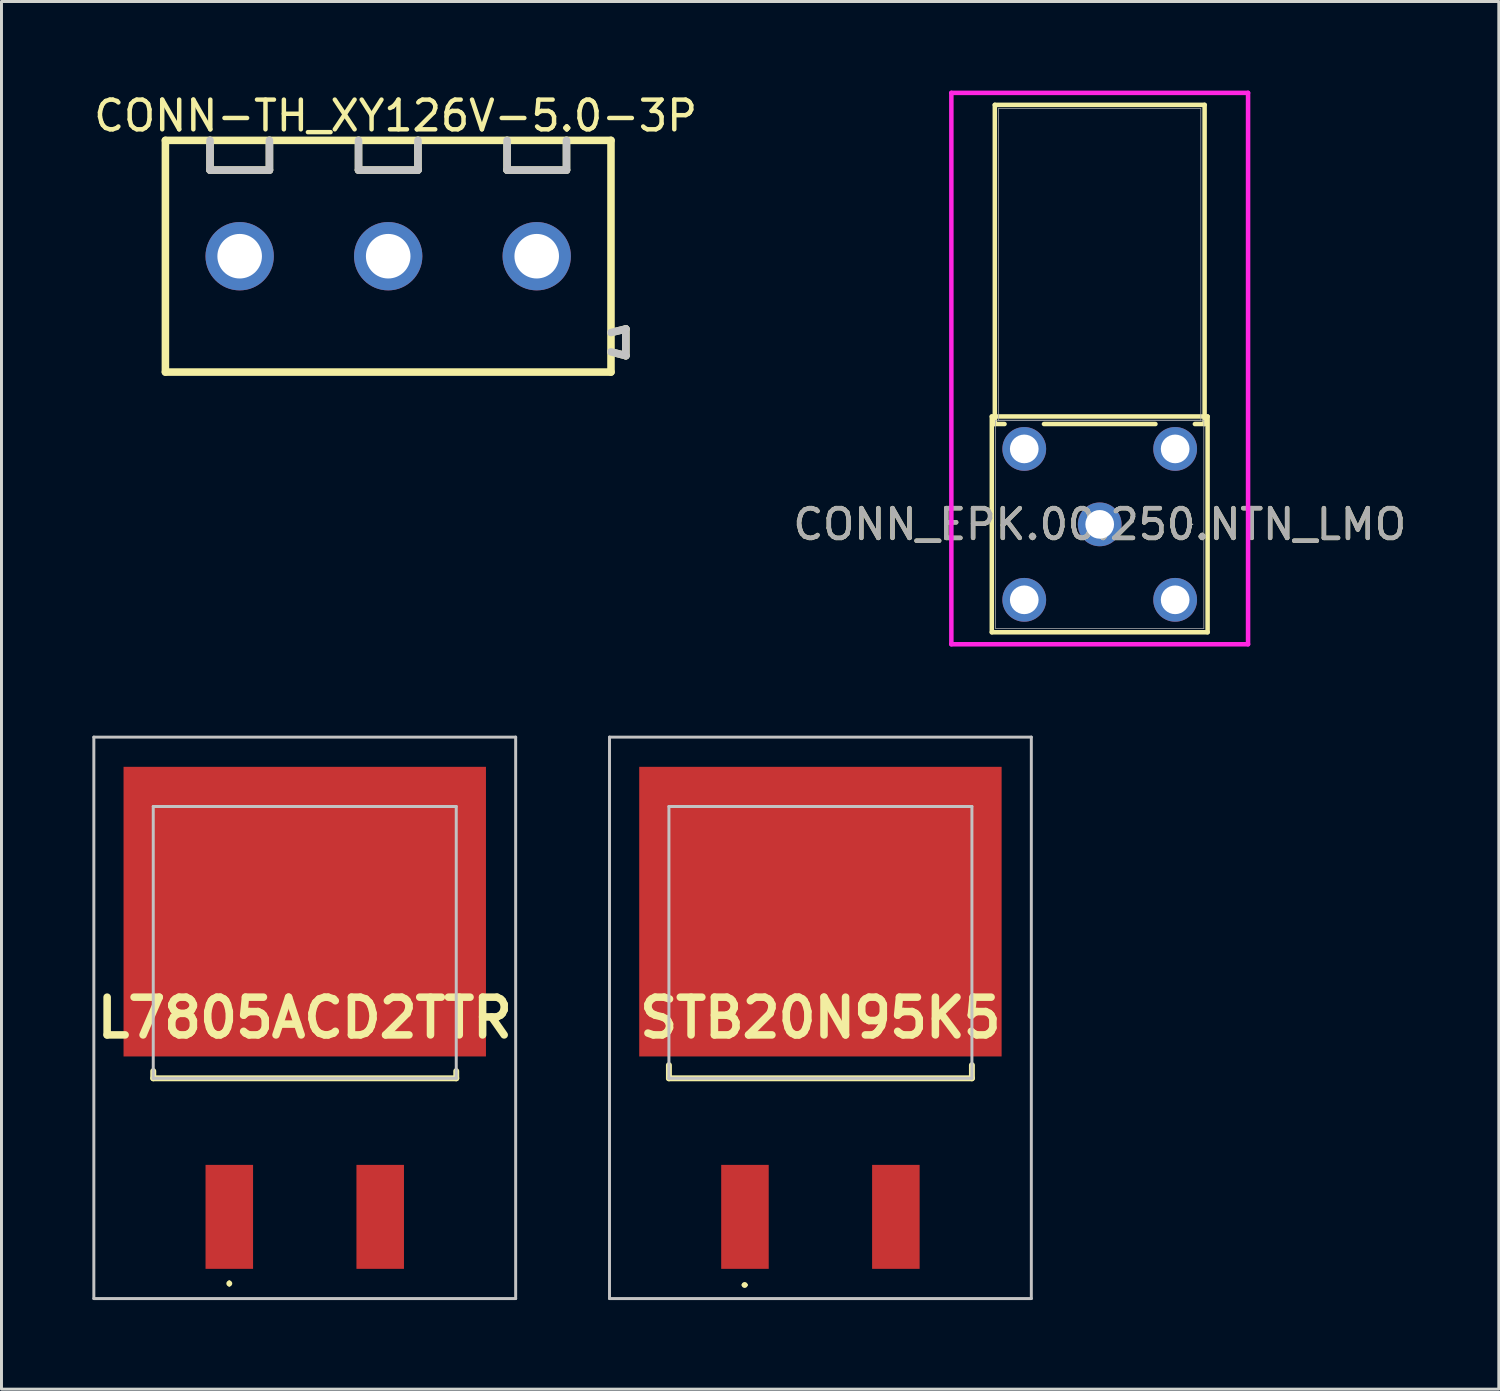
<source format=kicad_pcb>
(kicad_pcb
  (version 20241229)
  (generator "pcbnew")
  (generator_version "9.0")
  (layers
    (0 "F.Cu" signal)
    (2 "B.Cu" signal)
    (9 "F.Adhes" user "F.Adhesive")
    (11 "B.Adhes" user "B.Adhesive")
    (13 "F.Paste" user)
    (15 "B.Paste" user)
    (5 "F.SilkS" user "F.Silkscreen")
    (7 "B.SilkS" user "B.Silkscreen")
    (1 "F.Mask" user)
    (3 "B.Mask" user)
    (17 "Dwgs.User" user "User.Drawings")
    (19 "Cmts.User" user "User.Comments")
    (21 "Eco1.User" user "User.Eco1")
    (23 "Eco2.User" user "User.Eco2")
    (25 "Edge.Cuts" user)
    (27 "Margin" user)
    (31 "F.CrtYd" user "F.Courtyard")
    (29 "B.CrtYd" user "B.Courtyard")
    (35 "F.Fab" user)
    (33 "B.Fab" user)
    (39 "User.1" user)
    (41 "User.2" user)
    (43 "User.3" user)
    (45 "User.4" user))
  (footprint "STB20N95K5"
    (layer "F.Cu")
    (at 24.568 31.007)
    (property "Reference" "STB20N95K5" (at 0 0.207 0) (layer "F.SilkS") (effects (font (size 1.27 1.27) (thickness 0.254))))
    (attr smd)
    (fp_line (start -5.1 1.8) (end -5.1 2.242) (stroke (width 0.2) (type solid)) (layer "F.SilkS"))
    (fp_line (start -5.1 2.242) (end 5.1 2.242) (stroke (width 0.2) (type solid)) (layer "F.SilkS"))
    (fp_line (start -2.6 9.2) (end -2.6 9.2) (stroke (width 0.1) (type solid)) (layer "F.SilkS"))
    (fp_line (start -2.5 9.2) (end -2.5 9.2) (stroke (width 0.1) (type solid)) (layer "F.SilkS"))
    (fp_line (start 5.1 2.242) (end 5.1 1.8) (stroke (width 0.2) (type solid)) (layer "F.SilkS"))
    (fp_arc (start -2.6 9.2) (mid -2.55 9.15) (end -2.5 9.2) (stroke (width 0.1) (type solid)) (layer "F.SilkS"))
    (fp_arc (start -2.5 9.2) (mid -2.55 9.25) (end -2.6 9.2) (stroke (width 0.1) (type solid)) (layer "F.SilkS"))
    (fp_line (start -7.1 -9.243) (end 7.1 -9.243) (stroke (width 0.1) (type solid)) (layer "Dwgs.User"))
    (fp_line (start -7.1 9.657) (end -7.1 -9.243) (stroke (width 0.1) (type solid)) (layer "Dwgs.User"))
    (fp_line (start -5.1 -6.908) (end 5.1 -6.908) (stroke (width 0.1) (type solid)) (layer "Dwgs.User"))
    (fp_line (start -5.1 2.242) (end -5.1 -6.908) (stroke (width 0.1) (type solid)) (layer "Dwgs.User"))
    (fp_line (start 5.1 -6.908) (end 5.1 2.242) (stroke (width 0.1) (type solid)) (layer "Dwgs.User"))
    (fp_line (start 5.1 2.242) (end -5.1 2.242) (stroke (width 0.1) (type solid)) (layer "Dwgs.User"))
    (fp_line (start 7.1 -9.243) (end 7.1 9.657) (stroke (width 0.1) (type solid)) (layer "Dwgs.User"))
    (fp_line (start 7.1 9.657) (end -7.1 9.657) (stroke (width 0.1) (type solid)) (layer "Dwgs.User"))
    (pad "1" smd rect (at -2.54 6.907) (size 1.6 3.5) (layers "F.Cu" "F.Mask" "F.Paste"))
    (pad "2" smd rect (at 0 -3.368 90) (size 9.75 12.2) (layers "F.Cu" "F.Mask" "F.Paste"))
    (pad "3" smd rect (at 2.54 6.907) (size 1.6 3.5) (layers "F.Cu" "F.Mask" "F.Paste")))
  (footprint "L7805ACD2TTR"
    (layer "F.Cu")
    (at 7.209 31.007)
    (property "Reference" "L7805ACD2TTR" (at 0 0.207 0) (layer "F.SilkS") (effects (font (size 1.27 1.27) (thickness 0.254))))
    (attr smd)
    (fp_line (start -5.1 2) (end -5.1 2.242) (stroke (width 0.2) (type solid)) (layer "F.SilkS"))
    (fp_line (start -5.1 2.242) (end 5.1 2.242) (stroke (width 0.2) (type solid)) (layer "F.SilkS"))
    (fp_line (start -2.54 9.1) (end -2.54 9.1) (stroke (width 0.1) (type solid)) (layer "F.SilkS"))
    (fp_line (start -2.54 9.2) (end -2.54 9.2) (stroke (width 0.1) (type solid)) (layer "F.SilkS"))
    (fp_line (start 5.1 2.242) (end 5.1 2) (stroke (width 0.2) (type solid)) (layer "F.SilkS"))
    (fp_arc (start -2.54 9.1) (mid -2.49 9.15) (end -2.54 9.2) (stroke (width 0.1) (type solid)) (layer "F.SilkS"))
    (fp_arc (start -2.54 9.2) (mid -2.59 9.15) (end -2.54 9.1) (stroke (width 0.1) (type solid)) (layer "F.SilkS"))
    (fp_line (start -7.1 -9.243) (end 7.1 -9.243) (stroke (width 0.1) (type solid)) (layer "Dwgs.User"))
    (fp_line (start -7.1 9.657) (end -7.1 -9.243) (stroke (width 0.1) (type solid)) (layer "Dwgs.User"))
    (fp_line (start -5.1 -6.908) (end 5.1 -6.908) (stroke (width 0.1) (type solid)) (layer "Dwgs.User"))
    (fp_line (start -5.1 2.242) (end -5.1 -6.908) (stroke (width 0.1) (type solid)) (layer "Dwgs.User"))
    (fp_line (start 5.1 -6.908) (end 5.1 2.242) (stroke (width 0.1) (type solid)) (layer "Dwgs.User"))
    (fp_line (start 5.1 2.242) (end -5.1 2.242) (stroke (width 0.1) (type solid)) (layer "Dwgs.User"))
    (fp_line (start 7.1 -9.243) (end 7.1 9.657) (stroke (width 0.1) (type solid)) (layer "Dwgs.User"))
    (fp_line (start 7.1 9.657) (end -7.1 9.657) (stroke (width 0.1) (type solid)) (layer "Dwgs.User"))
    (pad "1" smd rect (at -2.54 6.907) (size 1.6 3.5) (layers "F.Cu" "F.Mask" "F.Paste"))
    (pad "2" smd rect (at 0 -3.368 90) (size 9.75 12.2) (layers "F.Cu" "F.Mask" "F.Paste"))
    (pad "3" smd rect (at 2.54 6.907) (size 1.6 3.5) (layers "F.Cu" "F.Mask" "F.Paste")))
  (footprint "CONN_EPK.00.250.NTN_LMO"
    (layer "F.Cu")
    (at 33.97 14.602)
    (property "Reference" "CONN_EPK.00.250.NTN_LMO" (at 0 0 0) (unlocked yes) (layer "F.SilkS") (effects (font (size 1 1) (thickness 0.15))))
    (attr through_hole)
    (fp_line (start -3.632 -3.632) (end -3.632 3.632) (stroke (width 0.152) (type solid)) (layer "F.SilkS"))
    (fp_line (start -3.632 3.632) (end 3.632 3.632) (stroke (width 0.152) (type solid)) (layer "F.SilkS"))
    (fp_line (start -3.531 -14.122) (end -3.531 -3.378) (stroke (width 0.152) (type solid)) (layer "F.SilkS"))
    (fp_line (start -3.531 -3.378) (end -3.204 -3.378) (stroke (width 0.152) (type solid)) (layer "F.SilkS"))
    (fp_line (start -1.876 -3.378) (end 1.876 -3.378) (stroke (width 0.152) (type solid)) (layer "F.SilkS"))
    (fp_line (start 3.204 -3.378) (end 3.531 -3.378) (stroke (width 0.152) (type solid)) (layer "F.SilkS"))
    (fp_line (start 3.531 -14.122) (end -3.531 -14.122) (stroke (width 0.152) (type solid)) (layer "F.SilkS"))
    (fp_line (start 3.531 -3.378) (end 3.531 -14.122) (stroke (width 0.152) (type solid)) (layer "F.SilkS"))
    (fp_line (start 3.632 -3.632) (end -3.632 -3.632) (stroke (width 0.152) (type solid)) (layer "F.SilkS"))
    (fp_line (start 3.632 3.632) (end 3.632 -3.632) (stroke (width 0.152) (type solid)) (layer "F.SilkS"))
    (fp_line (start -4.994 -14.526) (end 4.994 -14.526) (stroke (width 0.152) (type solid)) (layer "F.CrtYd"))
    (fp_line (start -4.994 4.036) (end -4.994 -14.526) (stroke (width 0.152) (type solid)) (layer "F.CrtYd"))
    (fp_line (start 4.994 -14.526) (end 4.994 4.036) (stroke (width 0.152) (type solid)) (layer "F.CrtYd"))
    (fp_line (start 4.994 4.036) (end -4.994 4.036) (stroke (width 0.152) (type solid)) (layer "F.CrtYd"))
    (fp_line (start -3.505 -3.505) (end -3.505 3.505) (stroke (width 0.025) (type solid)) (layer "F.Fab"))
    (fp_line (start -3.505 3.505) (end 3.505 3.505) (stroke (width 0.025) (type solid)) (layer "F.Fab"))
    (fp_line (start -3.404 -13.995) (end -3.404 -3.505) (stroke (width 0.025) (type solid)) (layer "F.Fab"))
    (fp_line (start -3.404 -3.505) (end 3.404 -3.505) (stroke (width 0.025) (type solid)) (layer "F.Fab"))
    (fp_line (start 3.404 -13.995) (end -3.404 -13.995) (stroke (width 0.025) (type solid)) (layer "F.Fab"))
    (fp_line (start 3.404 -3.505) (end 3.404 -13.995) (stroke (width 0.025) (type solid)) (layer "F.Fab"))
    (fp_line (start 3.505 -3.505) (end -3.505 -3.505) (stroke (width 0.025) (type solid)) (layer "F.Fab"))
    (fp_line (start 3.505 3.505) (end 3.505 -3.505) (stroke (width 0.025) (type solid)) (layer "F.Fab"))
    (fp_circle (center 3.124 0) (end 3.124 0) (stroke (width 0.025) (type solid)) (fill no) (layer "F.Fab"))
    (fp_text user "${REFERENCE}" (at 0 0 0) (unlocked yes) (layer "F.Fab") (effects (font (size 1 1) (thickness 0.15))))
    (pad "1" thru_hole circle (at 0 0) (size 1.473 1.473) (drill 0.965) (layers "*.Cu" "*.Mask"))
    (pad "2" thru_hole circle (at -2.54 -2.54) (size 1.473 1.473) (drill 0.965) (layers "*.Cu" "*.Mask"))
    (pad "3" thru_hole circle (at -2.54 2.54) (size 1.473 1.473) (drill 0.965) (layers "*.Cu" "*.Mask"))
    (pad "4" thru_hole circle (at 2.54 2.54) (size 1.473 1.473) (drill 0.965) (layers "*.Cu" "*.Mask"))
    (pad "5" thru_hole circle (at 2.54 -2.54) (size 1.473 1.473) (drill 0.965) (layers "*.Cu" "*.Mask")))
  (footprint "CONN-TH_XY126V-5.0-3P"
    (layer "F.Cu")
    (at 10.018 5.575)
    (property "Reference" "CONN-TH_XY126V-5.0-3P" (at 0.25 -4.727 0) (layer "F.SilkS") (effects (font (size 1 1) (thickness 0.15))))
    (fp_line (start -7.5 -3.9) (end -7.5 3.9) (stroke (width 0.254) (type default)) (layer "F.SilkS"))
    (fp_line (start -7.5 -3.9) (end 7.5 -3.9) (stroke (width 0.254) (type default)) (layer "F.SilkS"))
    (fp_line (start -5.998 -3.9) (end -5.998 -2.9) (stroke (width 0.254) (type default)) (layer "F.SilkS"))
    (fp_line (start -5.998 -2.9) (end -3.998 -2.9) (stroke (width 0.254) (type default)) (layer "F.SilkS"))
    (fp_line (start -3.998 -2.9) (end -3.998 -3.9) (stroke (width 0.254) (type default)) (layer "F.SilkS"))
    (fp_line (start -0.999 -3.9) (end -0.999 -2.9) (stroke (width 0.254) (type default)) (layer "F.SilkS"))
    (fp_line (start -0.999 -2.9) (end 1.002 -2.9) (stroke (width 0.254) (type default)) (layer "F.SilkS"))
    (fp_line (start 1.002 -2.9) (end 1.002 -3.9) (stroke (width 0.254) (type default)) (layer "F.SilkS"))
    (fp_line (start 4.002 -3.9) (end 4.002 -2.9) (stroke (width 0.254) (type default)) (layer "F.SilkS"))
    (fp_line (start 4.002 -2.9) (end 6.002 -2.9) (stroke (width 0.254) (type default)) (layer "F.SilkS"))
    (fp_line (start 6.002 -2.9) (end 6.002 -3.9) (stroke (width 0.254) (type default)) (layer "F.SilkS"))
    (fp_line (start 7.5 -3.9) (end 7.5 3.9) (stroke (width 0.254) (type default)) (layer "F.SilkS"))
    (fp_line (start 7.5 3.9) (end -7.5 3.9) (stroke (width 0.254) (type default)) (layer "F.SilkS"))
    (fp_line (start 8 2.449) (end 7.5 2.57) (stroke (width 0.254) (type default)) (layer "F.SilkS"))
    (fp_line (start 8 2.449) (end 8 3.349) (stroke (width 0.254) (type default)) (layer "F.SilkS"))
    (fp_line (start 8 3.349) (end 7.5 3.22) (stroke (width 0.254) (type default)) (layer "F.SilkS"))
    (fp_line (start -5.998 -3.9) (end -5.998 -2.9) (stroke (width 0.254) (type default)) (layer "Dwgs.User"))
    (fp_line (start -5.998 -2.9) (end -3.998 -2.9) (stroke (width 0.254) (type default)) (layer "Dwgs.User"))
    (fp_line (start -3.998 -2.9) (end -3.998 -3.9) (stroke (width 0.254) (type default)) (layer "Dwgs.User"))
    (fp_line (start -0.999 -3.9) (end -0.999 -2.9) (stroke (width 0.254) (type default)) (layer "Dwgs.User"))
    (fp_line (start -0.999 -2.9) (end 1.002 -2.9) (stroke (width 0.254) (type default)) (layer "Dwgs.User"))
    (fp_line (start 1.002 -2.9) (end 1.002 -3.9) (stroke (width 0.254) (type default)) (layer "Dwgs.User"))
    (fp_line (start 4.002 -3.9) (end 4.002 -2.9) (stroke (width 0.254) (type default)) (layer "Dwgs.User"))
    (fp_line (start 4.002 -2.9) (end 6.002 -2.9) (stroke (width 0.254) (type default)) (layer "Dwgs.User"))
    (fp_line (start 6.002 -2.9) (end 6.002 -3.9) (stroke (width 0.254) (type default)) (layer "Dwgs.User"))
    (fp_line (start 8 2.449) (end 7.5 2.57) (stroke (width 0.254) (type default)) (layer "Dwgs.User"))
    (fp_line (start 8 2.449) (end 8 3.349) (stroke (width 0.254) (type default)) (layer "Dwgs.User"))
    (fp_line (start 8 3.349) (end 7.5 3.22) (stroke (width 0.254) (type default)) (layer "Dwgs.User"))
    (fp_poly (pts (xy -4.353 -0.064) (xy -4.378 -0.189) (xy -4.427 -0.306) (xy -4.498 -0.412) (xy -4.588 -0.502) (xy -4.694 -0.573) (xy -4.811 -0.622) (xy -4.936 -0.647) (xy -5.064 -0.647) (xy -5.189 -0.622) (xy -5.306 -0.573) (xy -5.412 -0.502) (xy -5.502 -0.412) (xy -5.573 -0.306) (xy -5.622 -0.189) (xy -5.647 -0.064) (xy -5.647 0.064) (xy -5.622 0.189) (xy -5.573 0.306) (xy -5.502 0.412) (xy -5.412 0.502) (xy -5.306 0.573) (xy -5.189 0.622) (xy -5.064 0.647) (xy -4.936 0.647) (xy -4.811 0.622) (xy -4.694 0.573) (xy -4.588 0.502) (xy -4.498 0.412) (xy -4.427 0.306) (xy -4.378 0.189) (xy -4.353 0.064)) (stroke (width 0.1) (type default)) (fill no) (layer "User.1"))
    (fp_poly (pts (xy 0.647 -0.064) (xy 0.622 -0.189) (xy 0.573 -0.306) (xy 0.502 -0.412) (xy 0.412 -0.502) (xy 0.306 -0.573) (xy 0.189 -0.622) (xy 0.064 -0.647) (xy -0.064 -0.647) (xy -0.189 -0.622) (xy -0.306 -0.573) (xy -0.412 -0.502) (xy -0.502 -0.412) (xy -0.573 -0.306) (xy -0.622 -0.189) (xy -0.647 -0.064) (xy -0.647 0.064) (xy -0.622 0.189) (xy -0.573 0.306) (xy -0.502 0.412) (xy -0.412 0.502) (xy -0.306 0.573) (xy -0.189 0.622) (xy -0.064 0.647) (xy 0.064 0.647) (xy 0.189 0.622) (xy 0.306 0.573) (xy 0.412 0.502) (xy 0.502 0.412) (xy 0.573 0.306) (xy 0.622 0.189) (xy 0.647 0.064)) (stroke (width 0.1) (type default)) (fill no) (layer "User.1"))
    (fp_poly (pts (xy 5.647 -0.064) (xy 5.622 -0.189) (xy 5.573 -0.306) (xy 5.502 -0.412) (xy 5.412 -0.502) (xy 5.306 -0.573) (xy 5.189 -0.622) (xy 5.064 -0.647) (xy 4.936 -0.647) (xy 4.811 -0.622) (xy 4.694 -0.573) (xy 4.588 -0.502) (xy 4.498 -0.412) (xy 4.427 -0.306) (xy 4.378 -0.189) (xy 4.353 -0.064) (xy 4.353 0.064) (xy 4.378 0.189) (xy 4.427 0.306) (xy 4.498 0.412) (xy 4.588 0.502) (xy 4.694 0.573) (xy 4.811 0.622) (xy 4.936 0.647) (xy 5.064 0.647) (xy 5.189 0.622) (xy 5.306 0.573) (xy 5.412 0.502) (xy 5.502 0.412) (xy 5.573 0.306) (xy 5.622 0.189) (xy 5.647 0.064)) (stroke (width 0.1) (type default)) (fill no) (layer "User.1"))
    (fp_line (start -7.5 -3.9) (end 7.5 -3.9) (stroke (width 0.051) (type default)) (layer "User.2"))
    (fp_line (start -7.5 3.9) (end -7.5 -3.9) (stroke (width 0.051) (type default)) (layer "User.2"))
    (fp_line (start 7.5 -3.9) (end 7.5 3.9) (stroke (width 0.051) (type default)) (layer "User.2"))
    (fp_line (start 7.5 3.9) (end -7.5 3.9) (stroke (width 0.051) (type default)) (layer "User.2"))
    (fp_poly (pts (xy -7.445 3.877) (xy -7.477 3.845) (xy -7.523 3.845) (xy -7.555 3.877) (xy -7.555 3.923) (xy -7.523 3.955) (xy -7.477 3.955) (xy -7.445 3.923)) (stroke (width 0.1) (type default)) (fill no) (layer "User.3"))
    (pad "1" thru_hole circle (at -5 0) (size 2.3 2.3) (drill 1.5) (layers "*.Cu" "*.Mask"))
    (pad "2" thru_hole circle (at 0 0) (size 2.3 2.3) (drill 1.5) (layers "*.Cu" "*.Mask"))
    (pad "3" thru_hole circle (at 5 0) (size 2.3 2.3) (drill 1.5) (layers "*.Cu" "*.Mask")))
  (gr_rect
    (start -3 -3)
    (end 47.405 43.714)
    (stroke (width 0.1) (type default))
    (fill no)
    (layer "Edge.Cuts")))
</source>
